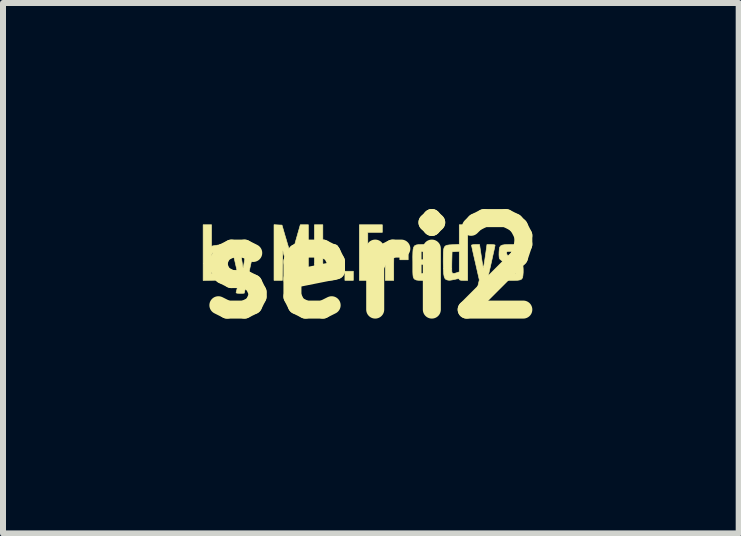
<source format=kicad_pcb>
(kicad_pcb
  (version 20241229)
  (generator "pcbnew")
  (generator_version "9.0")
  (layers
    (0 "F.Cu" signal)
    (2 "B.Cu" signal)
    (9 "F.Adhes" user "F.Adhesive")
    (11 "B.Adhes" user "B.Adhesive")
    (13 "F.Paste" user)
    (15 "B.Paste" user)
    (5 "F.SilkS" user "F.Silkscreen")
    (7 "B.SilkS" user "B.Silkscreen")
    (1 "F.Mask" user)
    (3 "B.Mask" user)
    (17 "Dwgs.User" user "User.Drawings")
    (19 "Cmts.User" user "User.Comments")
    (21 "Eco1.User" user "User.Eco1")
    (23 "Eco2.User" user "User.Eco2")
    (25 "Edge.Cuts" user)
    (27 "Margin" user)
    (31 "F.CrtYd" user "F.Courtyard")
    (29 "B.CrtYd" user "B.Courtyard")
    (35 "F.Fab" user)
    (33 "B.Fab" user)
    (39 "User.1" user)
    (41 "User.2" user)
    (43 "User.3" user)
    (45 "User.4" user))
  (footprint "seri2"
    (layer "F.Cu")
    (at 3.128 1.418)
    (property "Reference" "seri2" (at 0 0 0) (layer "F.SilkS") (effects (font (size 1.524 1.524) (thickness 0.3))))
    (attr through_hole)
    (fp_poly (pts (xy -0.292 0.203) (xy -0.432 0.203) (xy -0.432 0.051) (xy -0.292 0.051) (xy -0.292 0.203)) (stroke (width 0.01) (type solid)) (fill yes) (layer "F.SilkS"))
    (fp_poly (pts (xy 0.191 -0.597) (xy -0.051 -0.597) (xy -0.051 -0.33) (xy 0.152 -0.33) (xy 0.152 -0.203) (xy -0.051 -0.203) (xy -0.051 0.203) (xy -0.191 0.203) (xy -0.191 -0.724) (xy 0.191 -0.724) (xy 0.191 -0.597)) (stroke (width 0.01) (type solid)) (fill yes) (layer "F.SilkS"))
    (fp_poly (pts (xy 0.577 -0.39) (xy 0.59 -0.38) (xy 0.598 -0.37) (xy 0.611 -0.348) (xy 0.619 -0.317) (xy 0.622 -0.272) (xy 0.622 -0.24) (xy 0.622 -0.14) (xy 0.483 -0.14) (xy 0.483 -0.21) (xy 0.482 -0.25) (xy 0.478 -0.27) (xy 0.469 -0.276) (xy 0.454 -0.273) (xy 0.421 -0.263) (xy 0.403 -0.258) (xy 0.395 -0.254) (xy 0.389 -0.244) (xy 0.385 -0.225) (xy 0.383 -0.192) (xy 0.382 -0.144) (xy 0.381 -0.076) (xy 0.381 -0.025) (xy 0.381 0.203) (xy 0.241 0.203) (xy 0.241 -0.394) (xy 0.31 -0.394) (xy 0.349 -0.391) (xy 0.376 -0.386) (xy 0.383 -0.381) (xy 0.397 -0.375) (xy 0.434 -0.376) (xy 0.481 -0.383) (xy 0.529 -0.391) (xy 0.559 -0.394) (xy 0.577 -0.39)) (stroke (width 0.01) (type solid)) (fill yes) (layer "F.SilkS"))
    (fp_poly (pts (xy -2.654 -0.366) (xy -2.626 -0.373) (xy -2.598 -0.378) (xy -2.556 -0.384) (xy -2.513 -0.388) (xy -2.474 -0.392) (xy -2.444 -0.391) (xy -2.422 -0.383) (xy -2.406 -0.366) (xy -2.396 -0.335) (xy -2.391 -0.289) (xy -2.388 -0.225) (xy -2.388 -0.139) (xy -2.388 -0.094) (xy -2.387 -0.001) (xy -2.389 0.069) (xy -2.393 0.121) (xy -2.404 0.156) (xy -2.423 0.179) (xy -2.454 0.192) (xy -2.497 0.198) (xy -2.556 0.2) (xy -2.617 0.201) (xy -2.794 0.205) (xy -2.794 -0.146) (xy -2.654 -0.146) (xy -2.654 -0.081) (xy -2.654 0.09) (xy -2.594 0.086) (xy -2.534 0.083) (xy -2.53 -0.1) (xy -2.527 -0.282) (xy -2.568 -0.273) (xy -2.602 -0.266) (xy -2.626 -0.26) (xy -2.641 -0.249) (xy -2.65 -0.229) (xy -2.654 -0.196) (xy -2.654 -0.146) (xy -2.794 -0.146) (xy -2.794 -0.724) (xy -2.654 -0.724) (xy -2.654 -0.366)) (stroke (width 0.01) (type solid)) (fill yes) (layer "F.SilkS"))
    (fp_poly (pts (xy -0.8 -0.366) (xy -0.772 -0.373) (xy -0.744 -0.378) (xy -0.701 -0.384) (xy -0.659 -0.388) (xy -0.62 -0.392) (xy -0.59 -0.391) (xy -0.568 -0.383) (xy -0.552 -0.366) (xy -0.542 -0.335) (xy -0.537 -0.289) (xy -0.534 -0.225) (xy -0.533 -0.139) (xy -0.533 -0.094) (xy -0.533 -0.001) (xy -0.534 0.069) (xy -0.539 0.121) (xy -0.55 0.156) (xy -0.569 0.179) (xy -0.599 0.192) (xy -0.643 0.198) (xy -0.702 0.2) (xy -0.763 0.201) (xy -0.94 0.205) (xy -0.94 -0.146) (xy -0.8 -0.146) (xy -0.8 -0.081) (xy -0.8 0.09) (xy -0.74 0.086) (xy -0.679 0.083) (xy -0.676 -0.1) (xy -0.672 -0.282) (xy -0.714 -0.273) (xy -0.748 -0.266) (xy -0.772 -0.26) (xy -0.787 -0.249) (xy -0.796 -0.229) (xy -0.799 -0.196) (xy -0.8 -0.146) (xy -0.94 -0.146) (xy -0.94 -0.724) (xy -0.8 -0.724) (xy -0.8 -0.366)) (stroke (width 0.01) (type solid)) (fill yes) (layer "F.SilkS"))
    (fp_poly (pts (xy -1.547 -0.721) (xy -1.48 -0.718) (xy -1.432 -0.552) (xy -1.411 -0.482) (xy -1.39 -0.41) (xy -1.371 -0.347) (xy -1.357 -0.3) (xy -1.357 -0.299) (xy -1.341 -0.251) (xy -1.329 -0.228) (xy -1.321 -0.229) (xy -1.315 -0.247) (xy -1.303 -0.285) (xy -1.286 -0.339) (xy -1.266 -0.405) (xy -1.245 -0.479) (xy -1.243 -0.486) (xy -1.175 -0.724) (xy -1.108 -0.724) (xy -1.041 -0.724) (xy -1.041 0.203) (xy -1.181 0.203) (xy -1.187 -0.298) (xy -1.239 -0.095) (xy -1.258 -0.02) (xy -1.272 0.033) (xy -1.284 0.07) (xy -1.293 0.092) (xy -1.302 0.103) (xy -1.313 0.107) (xy -1.326 0.108) (xy -1.327 0.108) (xy -1.34 0.107) (xy -1.351 0.103) (xy -1.36 0.092) (xy -1.37 0.07) (xy -1.381 0.034) (xy -1.396 -0.019) (xy -1.415 -0.093) (xy -1.415 -0.094) (xy -1.467 -0.296) (xy -1.47 -0.047) (xy -1.474 0.203) (xy -1.613 0.203) (xy -1.613 -0.725) (xy -1.547 -0.721)) (stroke (width 0.01) (type solid)) (fill yes) (layer "F.SilkS"))
    (fp_poly (pts (xy 1.613 0.203) (xy 1.543 0.203) (xy 1.5 0.201) (xy 1.478 0.194) (xy 1.473 0.186) (xy 1.47 0.177) (xy 1.455 0.175) (xy 1.424 0.18) (xy 1.4 0.186) (xy 1.35 0.196) (xy 1.315 0.201) (xy 1.287 0.199) (xy 1.267 0.194) (xy 1.247 0.185) (xy 1.232 0.167) (xy 1.221 0.138) (xy 1.213 0.094) (xy 1.209 0.033) (xy 1.207 -0.045) (xy 1.348 -0.045) (xy 1.348 0.009) (xy 1.349 0.05) (xy 1.351 0.071) (xy 1.352 0.072) (xy 1.365 0.086) (xy 1.392 0.087) (xy 1.433 0.075) (xy 1.473 0.061) (xy 1.473 -0.281) (xy 1.353 -0.273) (xy 1.349 -0.109) (xy 1.348 -0.045) (xy 1.207 -0.045) (xy 1.207 -0.049) (xy 1.206 -0.112) (xy 1.207 -0.201) (xy 1.208 -0.269) (xy 1.213 -0.317) (xy 1.224 -0.35) (xy 1.241 -0.37) (xy 1.267 -0.382) (xy 1.305 -0.388) (xy 1.355 -0.391) (xy 1.366 -0.391) (xy 1.473 -0.397) (xy 1.473 -0.724) (xy 1.613 -0.724) (xy 1.613 0.203)) (stroke (width 0.01) (type solid)) (fill yes) (layer "F.SilkS"))
    (fp_poly (pts (xy -2.16 -0.2) (xy -2.15 -0.133) (xy -2.141 -0.076) (xy -2.134 -0.032) (xy -2.129 -0.007) (xy -2.128 -0.003) (xy -2.125 -0.013) (xy -2.119 -0.043) (xy -2.111 -0.089) (xy -2.102 -0.145) (xy -2.092 -0.207) (xy -2.083 -0.27) (xy -2.075 -0.327) (xy -2.067 -0.394) (xy -1.999 -0.394) (xy -1.961 -0.392) (xy -1.936 -0.388) (xy -1.93 -0.384) (xy -1.933 -0.37) (xy -1.941 -0.334) (xy -1.953 -0.279) (xy -1.968 -0.209) (xy -1.987 -0.126) (xy -2.008 -0.033) (xy -2.019 0.018) (xy -2.041 0.114) (xy -2.061 0.202) (xy -2.078 0.279) (xy -2.092 0.341) (xy -2.102 0.386) (xy -2.107 0.411) (xy -2.108 0.415) (xy -2.12 0.417) (xy -2.149 0.419) (xy -2.179 0.419) (xy -2.222 0.417) (xy -2.242 0.412) (xy -2.245 0.403) (xy -2.239 0.384) (xy -2.23 0.347) (xy -2.218 0.3) (xy -2.216 0.292) (xy -2.194 0.196) (xy -2.259 -0.089) (xy -2.278 -0.171) (xy -2.294 -0.245) (xy -2.308 -0.306) (xy -2.318 -0.352) (xy -2.323 -0.379) (xy -2.324 -0.384) (xy -2.313 -0.389) (xy -2.283 -0.393) (xy -2.257 -0.394) (xy -2.189 -0.394) (xy -2.16 -0.2)) (stroke (width 0.01) (type solid)) (fill yes) (layer "F.SilkS"))
    (fp_poly (pts (xy 1.84 -0.2) (xy 1.85 -0.133) (xy 1.859 -0.076) (xy 1.867 -0.032) (xy 1.871 -0.007) (xy 1.873 -0.003) (xy 1.876 -0.013) (xy 1.882 -0.043) (xy 1.89 -0.089) (xy 1.899 -0.145) (xy 1.908 -0.207) (xy 1.917 -0.27) (xy 1.925 -0.327) (xy 1.934 -0.394) (xy 2.002 -0.394) (xy 2.04 -0.392) (xy 2.064 -0.388) (xy 2.07 -0.384) (xy 2.067 -0.37) (xy 2.06 -0.334) (xy 2.048 -0.279) (xy 2.032 -0.209) (xy 2.014 -0.126) (xy 1.993 -0.033) (xy 1.981 0.018) (xy 1.959 0.114) (xy 1.94 0.202) (xy 1.923 0.279) (xy 1.909 0.341) (xy 1.899 0.386) (xy 1.893 0.411) (xy 1.892 0.415) (xy 1.881 0.417) (xy 1.851 0.419) (xy 1.821 0.419) (xy 1.779 0.417) (xy 1.758 0.412) (xy 1.756 0.403) (xy 1.761 0.384) (xy 1.771 0.347) (xy 1.782 0.3) (xy 1.784 0.292) (xy 1.807 0.196) (xy 1.742 -0.089) (xy 1.723 -0.171) (xy 1.706 -0.245) (xy 1.693 -0.306) (xy 1.683 -0.352) (xy 1.677 -0.379) (xy 1.676 -0.384) (xy 1.688 -0.389) (xy 1.717 -0.393) (xy 1.744 -0.394) (xy 1.811 -0.394) (xy 1.84 -0.2)) (stroke (width 0.01) (type solid)) (fill yes) (layer "F.SilkS"))
    (fp_poly (pts (xy 0.899 -0.394) (xy 0.974 -0.393) (xy 1.027 -0.39) (xy 1.063 -0.381) (xy 1.084 -0.362) (xy 1.096 -0.332) (xy 1.101 -0.288) (xy 1.103 -0.235) (xy 1.104 -0.166) (xy 1.1 -0.119) (xy 1.087 -0.089) (xy 1.061 -0.072) (xy 1.02 -0.065) (xy 0.959 -0.064) (xy 0.951 -0.064) (xy 0.838 -0.064) (xy 0.838 0.089) (xy 0.978 0.089) (xy 0.978 0) (xy 1.108 0) (xy 1.103 0.084) (xy 1.098 0.129) (xy 1.09 0.161) (xy 1.075 0.183) (xy 1.047 0.195) (xy 1.004 0.201) (xy 0.941 0.203) (xy 0.899 0.203) (xy 0.834 0.203) (xy 0.789 0.201) (xy 0.759 0.197) (xy 0.74 0.19) (xy 0.726 0.18) (xy 0.724 0.178) (xy 0.715 0.167) (xy 0.709 0.154) (xy 0.704 0.134) (xy 0.701 0.103) (xy 0.699 0.059) (xy 0.699 -0.004) (xy 0.699 -0.088) (xy 0.699 -0.095) (xy 0.698 -0.19) (xy 0.7 -0.262) (xy 0.701 -0.279) (xy 0.838 -0.279) (xy 0.838 -0.14) (xy 0.965 -0.14) (xy 0.965 -0.279) (xy 0.838 -0.279) (xy 0.701 -0.279) (xy 0.704 -0.315) (xy 0.714 -0.351) (xy 0.73 -0.374) (xy 0.757 -0.387) (xy 0.794 -0.393) (xy 0.845 -0.394) (xy 0.899 -0.394)) (stroke (width 0.01) (type solid)) (fill yes) (layer "F.SilkS"))
    (fp_poly (pts (xy 2.411 -0.393) (xy 2.463 -0.389) (xy 2.498 -0.38) (xy 2.519 -0.364) (xy 2.53 -0.338) (xy 2.536 -0.3) (xy 2.537 -0.281) (xy 2.543 -0.203) (xy 2.478 -0.203) (xy 2.44 -0.204) (xy 2.421 -0.209) (xy 2.414 -0.222) (xy 2.413 -0.241) (xy 2.413 -0.279) (xy 2.336 -0.279) (xy 2.294 -0.279) (xy 2.271 -0.276) (xy 2.262 -0.267) (xy 2.262 -0.25) (xy 2.263 -0.245) (xy 2.268 -0.227) (xy 2.281 -0.21) (xy 2.307 -0.191) (xy 2.348 -0.165) (xy 2.387 -0.143) (xy 2.439 -0.114) (xy 2.483 -0.087) (xy 2.513 -0.065) (xy 2.525 -0.054) (xy 2.535 -0.029) (xy 2.538 0.017) (xy 2.538 0.068) (xy 2.534 0.119) (xy 2.528 0.156) (xy 2.513 0.18) (xy 2.488 0.194) (xy 2.447 0.201) (xy 2.387 0.203) (xy 2.337 0.203) (xy 2.262 0.202) (xy 2.21 0.198) (xy 2.178 0.192) (xy 2.165 0.186) (xy 2.151 0.168) (xy 2.142 0.137) (xy 2.136 0.086) (xy 2.136 0.084) (xy 2.131 0) (xy 2.273 0) (xy 2.273 0.089) (xy 2.415 0.089) (xy 2.411 0.048) (xy 2.407 0.029) (xy 2.398 0.013) (xy 2.379 -0.005) (xy 2.347 -0.026) (xy 2.297 -0.055) (xy 2.282 -0.064) (xy 2.23 -0.094) (xy 2.186 -0.122) (xy 2.156 -0.145) (xy 2.144 -0.157) (xy 2.138 -0.181) (xy 2.135 -0.222) (xy 2.136 -0.269) (xy 2.14 -0.317) (xy 2.147 -0.35) (xy 2.163 -0.372) (xy 2.19 -0.385) (xy 2.233 -0.392) (xy 2.295 -0.394) (xy 2.337 -0.394) (xy 2.411 -0.393)) (stroke (width 0.01) (type solid)) (fill yes) (layer "F.SilkS")))
  (gr_rect
    (start -3 -3)
    (end 9.256 5.836)
    (stroke (width 0.1) (type default))
    (fill no)
    (layer "Edge.Cuts")))
</source>
